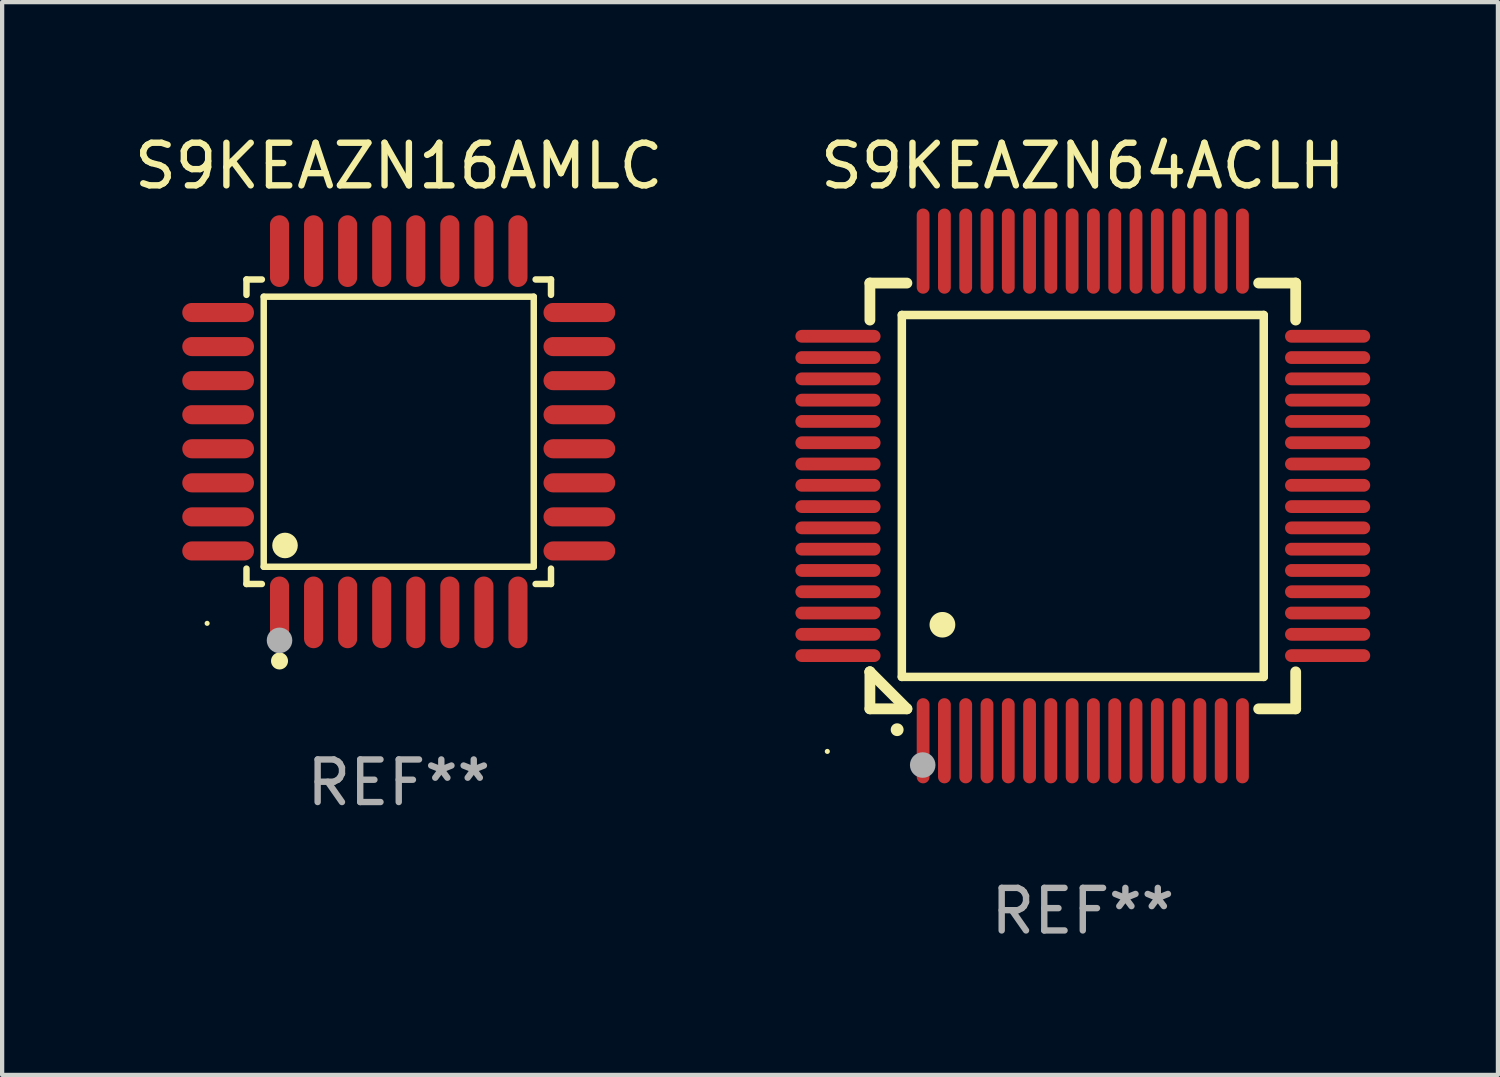
<source format=kicad_pcb>
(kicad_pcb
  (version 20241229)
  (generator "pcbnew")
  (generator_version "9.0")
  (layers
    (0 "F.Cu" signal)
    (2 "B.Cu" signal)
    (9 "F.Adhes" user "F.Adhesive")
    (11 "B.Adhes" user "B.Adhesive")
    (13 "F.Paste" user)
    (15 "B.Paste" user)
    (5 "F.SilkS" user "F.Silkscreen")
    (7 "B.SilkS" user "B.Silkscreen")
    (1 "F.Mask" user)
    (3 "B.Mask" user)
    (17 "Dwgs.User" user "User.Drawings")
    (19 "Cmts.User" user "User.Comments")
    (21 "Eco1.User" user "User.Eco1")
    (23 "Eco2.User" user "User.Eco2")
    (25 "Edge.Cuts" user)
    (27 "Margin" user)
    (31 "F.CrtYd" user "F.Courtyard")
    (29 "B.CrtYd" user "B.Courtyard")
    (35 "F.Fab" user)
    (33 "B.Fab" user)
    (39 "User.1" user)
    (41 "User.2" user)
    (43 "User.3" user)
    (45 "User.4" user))
  (footprint "S9KEAZN64ACLH"
    (layer "F.Cu")
    (at 22.381 8.598)
    (property "Reference" "S9KEAZN64ACLH" (at 0 -7.75 0) (layer "F.SilkS") (effects (font (size 1 1) (thickness 0.15))))
    (attr through_hole)
    (fp_line (start -5 -5) (end -4.131 -5) (stroke (width 0.254) (type solid)) (layer "F.SilkS"))
    (fp_line (start -5 -4.131) (end -5 -5) (stroke (width 0.254) (type solid)) (layer "F.SilkS"))
    (fp_line (start -5 4.131) (end -5 4.131) (stroke (width 0.254) (type solid)) (layer "F.SilkS"))
    (fp_line (start -5 5) (end -5 4.131) (stroke (width 0.254) (type solid)) (layer "F.SilkS"))
    (fp_line (start -5 4.131) (end -4.131 5) (stroke (width 0.254) (type solid)) (layer "F.SilkS"))
    (fp_line (start -4.25 -4.25) (end -4.25 4.25) (stroke (width 0.2) (type solid)) (layer "F.SilkS"))
    (fp_line (start -4.25 4.25) (end 4.25 4.25) (stroke (width 0.2) (type solid)) (layer "F.SilkS"))
    (fp_line (start -4.131 5) (end -5 5) (stroke (width 0.254) (type solid)) (layer "F.SilkS"))
    (fp_line (start 4.25 -4.25) (end -4.25 -4.25) (stroke (width 0.2) (type solid)) (layer "F.SilkS"))
    (fp_line (start 4.25 4.25) (end 4.25 -4.25) (stroke (width 0.2) (type solid)) (layer "F.SilkS"))
    (fp_line (start 5 -5) (end 4.131 -5) (stroke (width 0.254) (type solid)) (layer "F.SilkS"))
    (fp_line (start 5 -5) (end 5 -4.131) (stroke (width 0.254) (type solid)) (layer "F.SilkS"))
    (fp_line (start 5 4.131) (end 5 5) (stroke (width 0.254) (type solid)) (layer "F.SilkS"))
    (fp_line (start 5 5) (end 4.131 5) (stroke (width 0.254) (type solid)) (layer "F.SilkS"))
    (fp_arc (start -4.361265 5.489992) (mid -4.359995 5.489987) (end -4.358725 5.489992) (stroke (width 0.3) (type solid)) (layer "F.SilkS"))
    (fp_arc (start -3.299467 3.025146) (mid -3.296927 3.025135) (end -3.294387 3.025146) (stroke (width 0.6) (type solid)) (layer "F.SilkS"))
    (fp_circle (center -6 6) (end -5.97 6) (stroke (width 0.06) (type solid)) (fill no) (layer "F.SilkS"))
    (fp_circle (center -3.76 6.32) (end -3.61 6.32) (stroke (width 0.3) (type solid)) (fill no) (layer "F.Fab"))
    (fp_text user "REF**" (at 0 9.75 0) (layer "F.Fab") (effects (font (size 1 1) (thickness 0.15))))
    (pad "1" smd oval (at -3.75 5.75) (size 0.3 2) (layers "F.Cu" "F.Mask" "F.Paste"))
    (pad "2" smd oval (at -3.25 5.75) (size 0.3 2) (layers "F.Cu" "F.Mask" "F.Paste"))
    (pad "3" smd oval (at -2.75 5.75) (size 0.3 2) (layers "F.Cu" "F.Mask" "F.Paste"))
    (pad "4" smd oval (at -2.25 5.75) (size 0.3 2) (layers "F.Cu" "F.Mask" "F.Paste"))
    (pad "5" smd oval (at -1.75 5.75) (size 0.3 2) (layers "F.Cu" "F.Mask" "F.Paste"))
    (pad "6" smd oval (at -1.25 5.75) (size 0.3 2) (layers "F.Cu" "F.Mask" "F.Paste"))
    (pad "7" smd oval (at -0.75 5.75) (size 0.3 2) (layers "F.Cu" "F.Mask" "F.Paste"))
    (pad "8" smd oval (at -0.25 5.75) (size 0.3 2) (layers "F.Cu" "F.Mask" "F.Paste"))
    (pad "9" smd oval (at 0.25 5.75) (size 0.3 2) (layers "F.Cu" "F.Mask" "F.Paste"))
    (pad "10" smd oval (at 0.75 5.75) (size 0.3 2) (layers "F.Cu" "F.Mask" "F.Paste"))
    (pad "11" smd oval (at 1.25 5.75) (size 0.3 2) (layers "F.Cu" "F.Mask" "F.Paste"))
    (pad "12" smd oval (at 1.75 5.75) (size 0.3 2) (layers "F.Cu" "F.Mask" "F.Paste"))
    (pad "13" smd oval (at 2.25 5.75) (size 0.3 2) (layers "F.Cu" "F.Mask" "F.Paste"))
    (pad "14" smd oval (at 2.75 5.75) (size 0.3 2) (layers "F.Cu" "F.Mask" "F.Paste"))
    (pad "15" smd oval (at 3.25 5.75) (size 0.3 2) (layers "F.Cu" "F.Mask" "F.Paste"))
    (pad "16" smd oval (at 3.75 5.75) (size 0.3 2) (layers "F.Cu" "F.Mask" "F.Paste"))
    (pad "17" smd oval (at 5.75 3.75) (size 2 0.3) (layers "F.Cu" "F.Mask" "F.Paste"))
    (pad "18" smd oval (at 5.75 3.25) (size 2 0.3) (layers "F.Cu" "F.Mask" "F.Paste"))
    (pad "19" smd oval (at 5.75 2.75) (size 2 0.3) (layers "F.Cu" "F.Mask" "F.Paste"))
    (pad "20" smd oval (at 5.75 2.25) (size 2 0.3) (layers "F.Cu" "F.Mask" "F.Paste"))
    (pad "21" smd oval (at 5.75 1.75) (size 2 0.3) (layers "F.Cu" "F.Mask" "F.Paste"))
    (pad "22" smd oval (at 5.75 1.25) (size 2 0.3) (layers "F.Cu" "F.Mask" "F.Paste"))
    (pad "23" smd oval (at 5.75 0.75) (size 2 0.3) (layers "F.Cu" "F.Mask" "F.Paste"))
    (pad "24" smd oval (at 5.75 0.25) (size 2 0.3) (layers "F.Cu" "F.Mask" "F.Paste"))
    (pad "25" smd oval (at 5.75 -0.25) (size 2 0.3) (layers "F.Cu" "F.Mask" "F.Paste"))
    (pad "26" smd oval (at 5.75 -0.75) (size 2 0.3) (layers "F.Cu" "F.Mask" "F.Paste"))
    (pad "27" smd oval (at 5.75 -1.25) (size 2 0.3) (layers "F.Cu" "F.Mask" "F.Paste"))
    (pad "28" smd oval (at 5.75 -1.75) (size 2 0.3) (layers "F.Cu" "F.Mask" "F.Paste"))
    (pad "29" smd oval (at 5.75 -2.25) (size 2 0.3) (layers "F.Cu" "F.Mask" "F.Paste"))
    (pad "30" smd oval (at 5.75 -2.75) (size 2 0.3) (layers "F.Cu" "F.Mask" "F.Paste"))
    (pad "31" smd oval (at 5.75 -3.25) (size 2 0.3) (layers "F.Cu" "F.Mask" "F.Paste"))
    (pad "32" smd oval (at 5.75 -3.75) (size 2 0.3) (layers "F.Cu" "F.Mask" "F.Paste"))
    (pad "33" smd oval (at 3.75 -5.75) (size 0.3 2) (layers "F.Cu" "F.Mask" "F.Paste"))
    (pad "34" smd oval (at 3.25 -5.75) (size 0.3 2) (layers "F.Cu" "F.Mask" "F.Paste"))
    (pad "35" smd oval (at 2.75 -5.75) (size 0.3 2) (layers "F.Cu" "F.Mask" "F.Paste"))
    (pad "36" smd oval (at 2.25 -5.75) (size 0.3 2) (layers "F.Cu" "F.Mask" "F.Paste"))
    (pad "37" smd oval (at 1.75 -5.75) (size 0.3 2) (layers "F.Cu" "F.Mask" "F.Paste"))
    (pad "38" smd oval (at 1.25 -5.75) (size 0.3 2) (layers "F.Cu" "F.Mask" "F.Paste"))
    (pad "39" smd oval (at 0.75 -5.75) (size 0.3 2) (layers "F.Cu" "F.Mask" "F.Paste"))
    (pad "40" smd oval (at 0.25 -5.75) (size 0.3 2) (layers "F.Cu" "F.Mask" "F.Paste"))
    (pad "41" smd oval (at -0.25 -5.75) (size 0.3 2) (layers "F.Cu" "F.Mask" "F.Paste"))
    (pad "42" smd oval (at -0.75 -5.75) (size 0.3 2) (layers "F.Cu" "F.Mask" "F.Paste"))
    (pad "43" smd oval (at -1.25 -5.75) (size 0.3 2) (layers "F.Cu" "F.Mask" "F.Paste"))
    (pad "44" smd oval (at -1.75 -5.75) (size 0.3 2) (layers "F.Cu" "F.Mask" "F.Paste"))
    (pad "45" smd oval (at -2.25 -5.75) (size 0.3 2) (layers "F.Cu" "F.Mask" "F.Paste"))
    (pad "46" smd oval (at -2.75 -5.75) (size 0.3 2) (layers "F.Cu" "F.Mask" "F.Paste"))
    (pad "47" smd oval (at -3.25 -5.75) (size 0.3 2) (layers "F.Cu" "F.Mask" "F.Paste"))
    (pad "48" smd oval (at -3.75 -5.75) (size 0.3 2) (layers "F.Cu" "F.Mask" "F.Paste"))
    (pad "49" smd oval (at -5.75 -3.75) (size 2 0.3) (layers "F.Cu" "F.Mask" "F.Paste"))
    (pad "50" smd oval (at -5.75 -3.25) (size 2 0.3) (layers "F.Cu" "F.Mask" "F.Paste"))
    (pad "51" smd oval (at -5.75 -2.75) (size 2 0.3) (layers "F.Cu" "F.Mask" "F.Paste"))
    (pad "52" smd oval (at -5.75 -2.25) (size 2 0.3) (layers "F.Cu" "F.Mask" "F.Paste"))
    (pad "53" smd oval (at -5.75 -1.75) (size 2 0.3) (layers "F.Cu" "F.Mask" "F.Paste"))
    (pad "54" smd oval (at -5.75 -1.25) (size 2 0.3) (layers "F.Cu" "F.Mask" "F.Paste"))
    (pad "55" smd oval (at -5.75 -0.75) (size 2 0.3) (layers "F.Cu" "F.Mask" "F.Paste"))
    (pad "56" smd oval (at -5.75 -0.25) (size 2 0.3) (layers "F.Cu" "F.Mask" "F.Paste"))
    (pad "57" smd oval (at -5.75 0.25) (size 2 0.3) (layers "F.Cu" "F.Mask" "F.Paste"))
    (pad "58" smd oval (at -5.75 0.75) (size 2 0.3) (layers "F.Cu" "F.Mask" "F.Paste"))
    (pad "59" smd oval (at -5.75 1.25) (size 2 0.3) (layers "F.Cu" "F.Mask" "F.Paste"))
    (pad "60" smd oval (at -5.75 1.75) (size 2 0.3) (layers "F.Cu" "F.Mask" "F.Paste"))
    (pad "61" smd oval (at -5.75 2.25) (size 2 0.3) (layers "F.Cu" "F.Mask" "F.Paste"))
    (pad "62" smd oval (at -5.75 2.75) (size 2 0.3) (layers "F.Cu" "F.Mask" "F.Paste"))
    (pad "63" smd oval (at -5.75 3.25) (size 2 0.3) (layers "F.Cu" "F.Mask" "F.Paste"))
    (pad "64" smd oval (at -5.75 3.75) (size 2 0.3) (layers "F.Cu" "F.Mask" "F.Paste")))
  (footprint "S9KEAZN16AMLC"
    (layer "F.Cu")
    (at 6.315 7.09)
    (property "Reference" "S9KEAZN16AMLC" (at 0 -6.242 0) (layer "F.SilkS") (effects (font (size 1 1) (thickness 0.15))))
    (attr through_hole)
    (fp_line (start -3.576 -3.576) (end -3.215 -3.576) (stroke (width 0.152) (type solid)) (layer "F.SilkS"))
    (fp_line (start -3.576 -3.215) (end -3.576 -3.576) (stroke (width 0.152) (type solid)) (layer "F.SilkS"))
    (fp_line (start -3.576 3.215) (end -3.576 3.576) (stroke (width 0.152) (type solid)) (layer "F.SilkS"))
    (fp_line (start -3.576 3.576) (end -3.215 3.576) (stroke (width 0.152) (type solid)) (layer "F.SilkS"))
    (fp_line (start -3.171 -3.171) (end 3.171 -3.171) (stroke (width 0.152) (type solid)) (layer "F.SilkS"))
    (fp_line (start -3.171 3.171) (end -3.171 -3.171) (stroke (width 0.152) (type solid)) (layer "F.SilkS"))
    (fp_line (start 3.171 -3.171) (end 3.171 3.171) (stroke (width 0.152) (type solid)) (layer "F.SilkS"))
    (fp_line (start 3.171 3.171) (end -3.171 3.171) (stroke (width 0.152) (type solid)) (layer "F.SilkS"))
    (fp_line (start 3.576 -3.576) (end 3.215 -3.576) (stroke (width 0.152) (type solid)) (layer "F.SilkS"))
    (fp_line (start 3.576 -3.215) (end 3.576 -3.576) (stroke (width 0.152) (type solid)) (layer "F.SilkS"))
    (fp_line (start 3.576 3.215) (end 3.576 3.576) (stroke (width 0.152) (type solid)) (layer "F.SilkS"))
    (fp_line (start 3.576 3.576) (end 3.215 3.576) (stroke (width 0.152) (type solid)) (layer "F.SilkS"))
    (fp_circle (center -4.5 4.5) (end -4.47 4.5) (stroke (width 0.06) (type solid)) (fill no) (layer "F.SilkS"))
    (fp_circle (center -2.8 5.384) (end -2.7 5.384) (stroke (width 0.2) (type solid)) (fill no) (layer "F.SilkS"))
    (fp_circle (center -2.671 2.671) (end -2.521 2.671) (stroke (width 0.3) (type solid)) (fill no) (layer "F.SilkS"))
    (fp_circle (center -2.8 4.9) (end -2.65 4.9) (stroke (width 0.3) (type solid)) (fill no) (layer "F.Fab"))
    (fp_text user "REF**" (at 0 8.242 0) (layer "F.Fab") (effects (font (size 1 1) (thickness 0.15))))
    (pad "1" smd oval (at -2.8 4.242) (size 0.448 1.684) (layers "F.Cu" "F.Mask" "F.Paste"))
    (pad "2" smd oval (at -2 4.242) (size 0.448 1.684) (layers "F.Cu" "F.Mask" "F.Paste"))
    (pad "3" smd oval (at -1.2 4.242) (size 0.448 1.684) (layers "F.Cu" "F.Mask" "F.Paste"))
    (pad "4" smd oval (at -0.4 4.242) (size 0.448 1.684) (layers "F.Cu" "F.Mask" "F.Paste"))
    (pad "5" smd oval (at 0.4 4.242) (size 0.448 1.684) (layers "F.Cu" "F.Mask" "F.Paste"))
    (pad "6" smd oval (at 1.2 4.242) (size 0.448 1.684) (layers "F.Cu" "F.Mask" "F.Paste"))
    (pad "7" smd oval (at 2 4.242) (size 0.448 1.684) (layers "F.Cu" "F.Mask" "F.Paste"))
    (pad "8" smd oval (at 2.8 4.242) (size 0.448 1.684) (layers "F.Cu" "F.Mask" "F.Paste"))
    (pad "9" smd oval (at 4.242 2.8) (size 1.684 0.448) (layers "F.Cu" "F.Mask" "F.Paste"))
    (pad "10" smd oval (at 4.242 2) (size 1.684 0.448) (layers "F.Cu" "F.Mask" "F.Paste"))
    (pad "11" smd oval (at 4.242 1.2) (size 1.684 0.448) (layers "F.Cu" "F.Mask" "F.Paste"))
    (pad "12" smd oval (at 4.242 0.4) (size 1.684 0.448) (layers "F.Cu" "F.Mask" "F.Paste"))
    (pad "13" smd oval (at 4.242 -0.4) (size 1.684 0.448) (layers "F.Cu" "F.Mask" "F.Paste"))
    (pad "14" smd oval (at 4.242 -1.2) (size 1.684 0.448) (layers "F.Cu" "F.Mask" "F.Paste"))
    (pad "15" smd oval (at 4.242 -2) (size 1.684 0.448) (layers "F.Cu" "F.Mask" "F.Paste"))
    (pad "16" smd oval (at 4.242 -2.8) (size 1.684 0.448) (layers "F.Cu" "F.Mask" "F.Paste"))
    (pad "17" smd oval (at 2.8 -4.242) (size 0.448 1.684) (layers "F.Cu" "F.Mask" "F.Paste"))
    (pad "18" smd oval (at 2 -4.242) (size 0.448 1.684) (layers "F.Cu" "F.Mask" "F.Paste"))
    (pad "19" smd oval (at 1.2 -4.242) (size 0.448 1.684) (layers "F.Cu" "F.Mask" "F.Paste"))
    (pad "20" smd oval (at 0.4 -4.242) (size 0.448 1.684) (layers "F.Cu" "F.Mask" "F.Paste"))
    (pad "21" smd oval (at -0.4 -4.242) (size 0.448 1.684) (layers "F.Cu" "F.Mask" "F.Paste"))
    (pad "22" smd oval (at -1.2 -4.242) (size 0.448 1.684) (layers "F.Cu" "F.Mask" "F.Paste"))
    (pad "23" smd oval (at -2 -4.242) (size 0.448 1.684) (layers "F.Cu" "F.Mask" "F.Paste"))
    (pad "24" smd oval (at -2.8 -4.242) (size 0.448 1.684) (layers "F.Cu" "F.Mask" "F.Paste"))
    (pad "25" smd oval (at -4.242 -2.8) (size 1.684 0.448) (layers "F.Cu" "F.Mask" "F.Paste"))
    (pad "26" smd oval (at -4.242 -2) (size 1.684 0.448) (layers "F.Cu" "F.Mask" "F.Paste"))
    (pad "27" smd oval (at -4.242 -1.2) (size 1.684 0.448) (layers "F.Cu" "F.Mask" "F.Paste"))
    (pad "28" smd oval (at -4.242 -0.4) (size 1.684 0.448) (layers "F.Cu" "F.Mask" "F.Paste"))
    (pad "29" smd oval (at -4.242 0.4) (size 1.684 0.448) (layers "F.Cu" "F.Mask" "F.Paste"))
    (pad "30" smd oval (at -4.242 1.2) (size 1.684 0.448) (layers "F.Cu" "F.Mask" "F.Paste"))
    (pad "31" smd oval (at -4.242 2) (size 1.684 0.448) (layers "F.Cu" "F.Mask" "F.Paste"))
    (pad "32" smd oval (at -4.242 2.8) (size 1.684 0.448) (layers "F.Cu" "F.Mask" "F.Paste")))
  (gr_rect
    (start -3 -3)
    (end 32.131 22.196)
    (stroke (width 0.1) (type default))
    (fill no)
    (layer "Edge.Cuts")))
</source>
